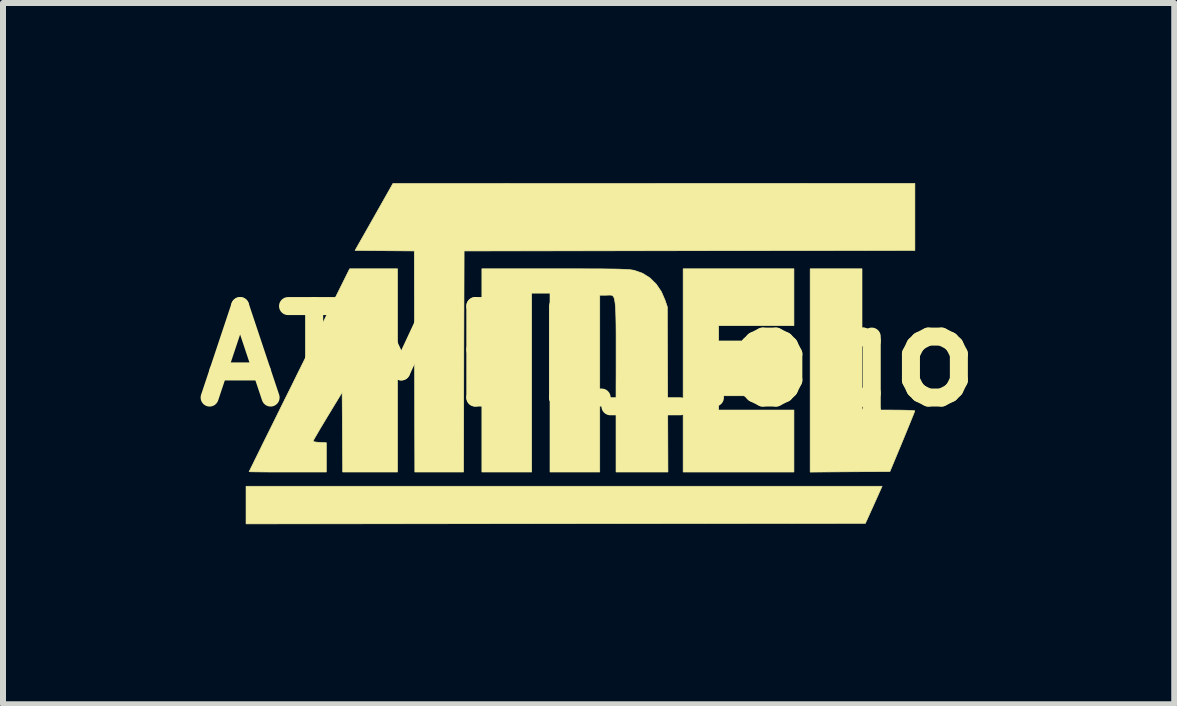
<source format=kicad_pcb>
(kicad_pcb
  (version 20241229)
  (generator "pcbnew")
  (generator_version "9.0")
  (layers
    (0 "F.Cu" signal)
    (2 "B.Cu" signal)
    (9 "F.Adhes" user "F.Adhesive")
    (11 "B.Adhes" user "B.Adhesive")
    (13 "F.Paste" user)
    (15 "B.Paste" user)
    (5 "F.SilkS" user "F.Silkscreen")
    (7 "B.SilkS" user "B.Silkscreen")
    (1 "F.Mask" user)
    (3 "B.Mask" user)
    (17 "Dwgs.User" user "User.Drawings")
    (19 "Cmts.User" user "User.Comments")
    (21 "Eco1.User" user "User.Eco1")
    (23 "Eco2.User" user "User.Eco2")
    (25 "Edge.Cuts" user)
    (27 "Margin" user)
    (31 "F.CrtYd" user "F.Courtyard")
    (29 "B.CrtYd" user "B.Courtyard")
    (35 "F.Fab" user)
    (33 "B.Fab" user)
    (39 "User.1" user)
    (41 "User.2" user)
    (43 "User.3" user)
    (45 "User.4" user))
  (footprint "ATMEL_logo"
    (layer "F.Cu")
    (at 6.756 2.884)
    (property "Reference" "ATMEL_logo" (at 0 0 0) (layer "F.SilkS") (effects (font (size 1.524 1.524) (thickness 0.3))))
    (attr through_hole)
    (fp_poly (pts (xy 4.751 2.477) (xy 4.611 2.786) (xy -0.548 2.79) (xy -5.707 2.794) (xy -5.707 2.167) (xy 4.89 2.167) (xy 4.751 2.477)) (stroke (width 0.01) (type solid)) (fill yes) (layer "F.SilkS"))
    (fp_poly (pts (xy 3.421 -0.508) (xy 2.167 -0.508) (xy 2.167 -0.254) (xy 3.421 -0.254) (xy 3.421 0.66) (xy 2.167 0.66) (xy 2.167 0.897) (xy 3.421 0.897) (xy 3.421 1.93) (xy 1.575 1.93) (xy 1.575 -1.456) (xy 3.421 -1.456) (xy 3.421 -0.508)) (stroke (width 0.01) (type solid)) (fill yes) (layer "F.SilkS"))
    (fp_poly (pts (xy 5.436 -1.761) (xy 1.681 -1.757) (xy -2.074 -1.753) (xy -2.079 0.089) (xy -2.083 1.93) (xy -2.895 1.93) (xy -2.9 0.089) (xy -2.904 -1.753) (xy -3.398 -1.757) (xy -3.891 -1.762) (xy -3.575 -2.319) (xy -3.26 -2.877) (xy 1.088 -2.878) (xy 5.436 -2.879) (xy 5.436 -1.761)) (stroke (width 0.01) (type solid)) (fill yes) (layer "F.SilkS"))
    (fp_poly (pts (xy 4.555 0.897) (xy 4.995 0.897) (xy 5.113 0.898) (xy 5.22 0.899) (xy 5.309 0.901) (xy 5.378 0.904) (xy 5.422 0.907) (xy 5.435 0.91) (xy 5.429 0.928) (xy 5.411 0.974) (xy 5.383 1.043) (xy 5.347 1.132) (xy 5.304 1.237) (xy 5.256 1.354) (xy 5.228 1.422) (xy 5.02 1.922) (xy 4.356 1.926) (xy 3.691 1.931) (xy 3.691 -1.456) (xy 4.555 -1.456) (xy 4.555 0.897)) (stroke (width 0.01) (type solid)) (fill yes) (layer "F.SilkS"))
    (fp_poly (pts (xy -3.183 1.93) (xy -4.097 1.93) (xy -4.106 0.603) (xy -4.349 1.003) (xy -4.412 1.108) (xy -4.47 1.204) (xy -4.518 1.287) (xy -4.556 1.352) (xy -4.581 1.397) (xy -4.59 1.417) (xy -4.591 1.417) (xy -4.574 1.425) (xy -4.533 1.432) (xy -4.479 1.436) (xy -4.369 1.441) (xy -4.369 1.93) (xy -5.012 1.93) (xy -5.156 1.93) (xy -5.289 1.93) (xy -5.407 1.929) (xy -5.506 1.928) (xy -5.583 1.927) (xy -5.634 1.926) (xy -5.655 1.924) (xy -5.656 1.924) (xy -5.648 1.908) (xy -5.627 1.864) (xy -5.592 1.794) (xy -5.545 1.698) (xy -5.487 1.581) (xy -5.419 1.442) (xy -5.341 1.285) (xy -5.255 1.112) (xy -5.162 0.923) (xy -5.062 0.721) (xy -4.956 0.509) (xy -4.847 0.287) (xy -4.819 0.231) (xy -3.981 -1.456) (xy -3.183 -1.456) (xy -3.183 1.93)) (stroke (width 0.01) (type solid)) (fill yes) (layer "F.SilkS"))
    (fp_poly (pts (xy -0.329 -1.456) (xy -0.124 -1.456) (xy 0.053 -1.455) (xy 0.203 -1.455) (xy 0.329 -1.453) (xy 0.434 -1.452) (xy 0.52 -1.45) (xy 0.59 -1.447) (xy 0.645 -1.444) (xy 0.69 -1.441) (xy 0.725 -1.436) (xy 0.753 -1.432) (xy 0.764 -1.429) (xy 0.9 -1.381) (xy 1.022 -1.304) (xy 1.127 -1.201) (xy 1.213 -1.074) (xy 1.273 -0.935) (xy 1.312 -0.821) (xy 1.317 0.555) (xy 1.322 1.93) (xy 0.457 1.93) (xy 0.457 0.508) (xy 0.458 0.246) (xy 0.458 0.015) (xy 0.458 -0.186) (xy 0.458 -0.359) (xy 0.457 -0.507) (xy 0.455 -0.63) (xy 0.452 -0.733) (xy 0.448 -0.815) (xy 0.442 -0.881) (xy 0.435 -0.93) (xy 0.426 -0.967) (xy 0.415 -0.991) (xy 0.401 -1.007) (xy 0.384 -1.015) (xy 0.365 -1.018) (xy 0.343 -1.018) (xy 0.318 -1.017) (xy 0.296 -1.016) (xy 0.186 -1.016) (xy 0.186 1.93) (xy -0.643 1.93) (xy -0.643 -1.05) (xy -0.948 -1.05) (xy -0.948 1.93) (xy -1.778 1.93) (xy -1.778 -1.456) (xy -0.566 -1.456) (xy -0.329 -1.456)) (stroke (width 0.01) (type solid)) (fill yes) (layer "F.SilkS")))
  (gr_rect
    (start -3 -3)
    (end 16.513 8.683)
    (stroke (width 0.1) (type default))
    (fill no)
    (layer "Edge.Cuts")))
</source>
